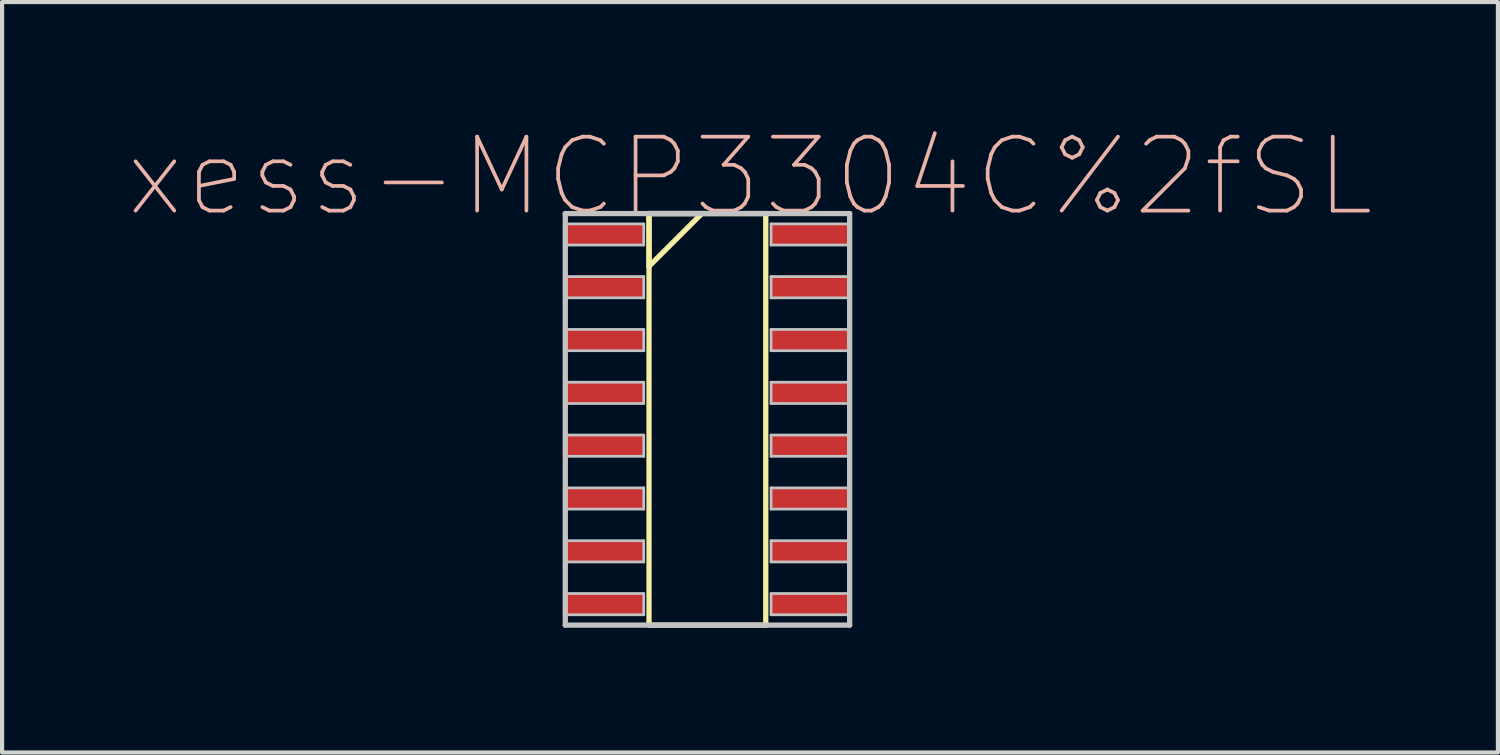
<source format=kicad_pcb>
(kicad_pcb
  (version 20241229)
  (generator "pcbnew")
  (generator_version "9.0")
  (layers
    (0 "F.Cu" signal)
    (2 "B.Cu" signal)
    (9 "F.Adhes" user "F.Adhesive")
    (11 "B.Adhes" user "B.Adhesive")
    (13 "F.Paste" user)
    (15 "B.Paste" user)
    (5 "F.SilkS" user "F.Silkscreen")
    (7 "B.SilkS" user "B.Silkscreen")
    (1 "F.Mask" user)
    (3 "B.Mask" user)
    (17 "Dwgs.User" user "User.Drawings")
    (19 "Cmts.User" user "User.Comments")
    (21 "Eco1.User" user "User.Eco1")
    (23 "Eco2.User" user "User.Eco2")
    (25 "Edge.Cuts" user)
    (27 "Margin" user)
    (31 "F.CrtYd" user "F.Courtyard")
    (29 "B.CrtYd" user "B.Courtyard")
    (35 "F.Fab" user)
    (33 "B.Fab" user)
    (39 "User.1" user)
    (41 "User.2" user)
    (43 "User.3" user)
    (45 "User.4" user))
  (footprint "xess-MCP3304C%2fSL"
    (layer "F.Cu")
    (at 11.596 2.588)
    (property "Reference" "xess-MCP3304C%2fSL" (at 3.388 -1.392 0) (layer "B.SilkS") (effects (font (size 1.778 1.778) (thickness 0.089))))
    (attr smd)
    (fp_line (start 0.96 -0.503) (end 0.96 0.765) (stroke (width 0.127) (type solid)) (layer "F.SilkS"))
    (fp_line (start 0.96 -0.503) (end 0.96 9.393) (stroke (width 0.127) (type solid)) (layer "F.SilkS"))
    (fp_line (start 0.96 0.765) (end 2.23 -0.503) (stroke (width 0.127) (type solid)) (layer "F.SilkS"))
    (fp_line (start 0.96 9.393) (end 3.767 9.393) (stroke (width 0.127) (type solid)) (layer "F.SilkS"))
    (fp_line (start 2.23 -0.503) (end 0.96 -0.503) (stroke (width 0.127) (type solid)) (layer "F.SilkS"))
    (fp_line (start 3.767 -0.503) (end 0.96 -0.503) (stroke (width 0.127) (type solid)) (layer "F.SilkS"))
    (fp_line (start 3.767 9.393) (end 3.767 -0.503) (stroke (width 0.127) (type solid)) (layer "F.SilkS"))
    (fp_line (start -1.054 -0.503) (end -1.054 9.393) (stroke (width 0.127) (type solid)) (layer "Dwgs.User"))
    (fp_line (start -1.054 -0.254) (end 0.833 -0.254) (stroke (width 0.066) (type solid)) (layer "Dwgs.User"))
    (fp_line (start -1.054 0.254) (end -1.054 -0.254) (stroke (width 0.066) (type solid)) (layer "Dwgs.User"))
    (fp_line (start -1.054 0.254) (end 0.833 0.254) (stroke (width 0.066) (type solid)) (layer "Dwgs.User"))
    (fp_line (start -1.054 1.013) (end 0.833 1.013) (stroke (width 0.066) (type solid)) (layer "Dwgs.User"))
    (fp_line (start -1.054 1.524) (end -1.054 1.013) (stroke (width 0.066) (type solid)) (layer "Dwgs.User"))
    (fp_line (start -1.054 1.524) (end 0.833 1.524) (stroke (width 0.066) (type solid)) (layer "Dwgs.User"))
    (fp_line (start -1.054 2.283) (end 0.833 2.283) (stroke (width 0.066) (type solid)) (layer "Dwgs.User"))
    (fp_line (start -1.054 2.794) (end -1.054 2.283) (stroke (width 0.066) (type solid)) (layer "Dwgs.User"))
    (fp_line (start -1.054 2.794) (end 0.833 2.794) (stroke (width 0.066) (type solid)) (layer "Dwgs.User"))
    (fp_line (start -1.054 3.553) (end 0.833 3.553) (stroke (width 0.066) (type solid)) (layer "Dwgs.User"))
    (fp_line (start -1.054 4.064) (end -1.054 3.553) (stroke (width 0.066) (type solid)) (layer "Dwgs.User"))
    (fp_line (start -1.054 4.064) (end 0.833 4.064) (stroke (width 0.066) (type solid)) (layer "Dwgs.User"))
    (fp_line (start -1.054 4.823) (end 0.833 4.823) (stroke (width 0.066) (type solid)) (layer "Dwgs.User"))
    (fp_line (start -1.054 5.334) (end -1.054 4.823) (stroke (width 0.066) (type solid)) (layer "Dwgs.User"))
    (fp_line (start -1.054 5.334) (end 0.833 5.334) (stroke (width 0.066) (type solid)) (layer "Dwgs.User"))
    (fp_line (start -1.054 6.093) (end 0.833 6.093) (stroke (width 0.066) (type solid)) (layer "Dwgs.User"))
    (fp_line (start -1.054 6.604) (end -1.054 6.093) (stroke (width 0.066) (type solid)) (layer "Dwgs.User"))
    (fp_line (start -1.054 6.604) (end 0.833 6.604) (stroke (width 0.066) (type solid)) (layer "Dwgs.User"))
    (fp_line (start -1.054 7.363) (end 0.833 7.363) (stroke (width 0.066) (type solid)) (layer "Dwgs.User"))
    (fp_line (start -1.054 7.874) (end -1.054 7.363) (stroke (width 0.066) (type solid)) (layer "Dwgs.User"))
    (fp_line (start -1.054 7.874) (end 0.833 7.874) (stroke (width 0.066) (type solid)) (layer "Dwgs.User"))
    (fp_line (start -1.054 8.633) (end 0.833 8.633) (stroke (width 0.066) (type solid)) (layer "Dwgs.User"))
    (fp_line (start -1.054 9.144) (end -1.054 8.633) (stroke (width 0.066) (type solid)) (layer "Dwgs.User"))
    (fp_line (start -1.054 9.144) (end 0.833 9.144) (stroke (width 0.066) (type solid)) (layer "Dwgs.User"))
    (fp_line (start -1.054 9.393) (end 5.784 9.393) (stroke (width 0.127) (type solid)) (layer "Dwgs.User"))
    (fp_line (start 0.833 0.254) (end 0.833 -0.254) (stroke (width 0.066) (type solid)) (layer "Dwgs.User"))
    (fp_line (start 0.833 1.524) (end 0.833 1.013) (stroke (width 0.066) (type solid)) (layer "Dwgs.User"))
    (fp_line (start 0.833 2.794) (end 0.833 2.283) (stroke (width 0.066) (type solid)) (layer "Dwgs.User"))
    (fp_line (start 0.833 4.064) (end 0.833 3.553) (stroke (width 0.066) (type solid)) (layer "Dwgs.User"))
    (fp_line (start 0.833 5.334) (end 0.833 4.823) (stroke (width 0.066) (type solid)) (layer "Dwgs.User"))
    (fp_line (start 0.833 6.604) (end 0.833 6.093) (stroke (width 0.066) (type solid)) (layer "Dwgs.User"))
    (fp_line (start 0.833 7.874) (end 0.833 7.363) (stroke (width 0.066) (type solid)) (layer "Dwgs.User"))
    (fp_line (start 0.833 9.144) (end 0.833 8.633) (stroke (width 0.066) (type solid)) (layer "Dwgs.User"))
    (fp_line (start 3.894 -0.254) (end 5.784 -0.254) (stroke (width 0.066) (type solid)) (layer "Dwgs.User"))
    (fp_line (start 3.894 0.254) (end 3.894 -0.254) (stroke (width 0.066) (type solid)) (layer "Dwgs.User"))
    (fp_line (start 3.894 0.254) (end 5.784 0.254) (stroke (width 0.066) (type solid)) (layer "Dwgs.User"))
    (fp_line (start 3.894 1.013) (end 5.784 1.013) (stroke (width 0.066) (type solid)) (layer "Dwgs.User"))
    (fp_line (start 3.894 1.524) (end 3.894 1.013) (stroke (width 0.066) (type solid)) (layer "Dwgs.User"))
    (fp_line (start 3.894 1.524) (end 5.784 1.524) (stroke (width 0.066) (type solid)) (layer "Dwgs.User"))
    (fp_line (start 3.894 2.283) (end 5.784 2.283) (stroke (width 0.066) (type solid)) (layer "Dwgs.User"))
    (fp_line (start 3.894 2.794) (end 3.894 2.283) (stroke (width 0.066) (type solid)) (layer "Dwgs.User"))
    (fp_line (start 3.894 2.794) (end 5.784 2.794) (stroke (width 0.066) (type solid)) (layer "Dwgs.User"))
    (fp_line (start 3.894 3.553) (end 5.784 3.553) (stroke (width 0.066) (type solid)) (layer "Dwgs.User"))
    (fp_line (start 3.894 4.064) (end 3.894 3.553) (stroke (width 0.066) (type solid)) (layer "Dwgs.User"))
    (fp_line (start 3.894 4.064) (end 5.784 4.064) (stroke (width 0.066) (type solid)) (layer "Dwgs.User"))
    (fp_line (start 3.894 4.823) (end 5.784 4.823) (stroke (width 0.066) (type solid)) (layer "Dwgs.User"))
    (fp_line (start 3.894 5.334) (end 3.894 4.823) (stroke (width 0.066) (type solid)) (layer "Dwgs.User"))
    (fp_line (start 3.894 5.334) (end 5.784 5.334) (stroke (width 0.066) (type solid)) (layer "Dwgs.User"))
    (fp_line (start 3.894 6.093) (end 5.784 6.093) (stroke (width 0.066) (type solid)) (layer "Dwgs.User"))
    (fp_line (start 3.894 6.604) (end 3.894 6.093) (stroke (width 0.066) (type solid)) (layer "Dwgs.User"))
    (fp_line (start 3.894 6.604) (end 5.784 6.604) (stroke (width 0.066) (type solid)) (layer "Dwgs.User"))
    (fp_line (start 3.894 7.363) (end 5.784 7.363) (stroke (width 0.066) (type solid)) (layer "Dwgs.User"))
    (fp_line (start 3.894 7.874) (end 3.894 7.363) (stroke (width 0.066) (type solid)) (layer "Dwgs.User"))
    (fp_line (start 3.894 7.874) (end 5.784 7.874) (stroke (width 0.066) (type solid)) (layer "Dwgs.User"))
    (fp_line (start 3.894 8.633) (end 5.784 8.633) (stroke (width 0.066) (type solid)) (layer "Dwgs.User"))
    (fp_line (start 3.894 9.144) (end 3.894 8.633) (stroke (width 0.066) (type solid)) (layer "Dwgs.User"))
    (fp_line (start 3.894 9.144) (end 5.784 9.144) (stroke (width 0.066) (type solid)) (layer "Dwgs.User"))
    (fp_line (start 5.784 -0.503) (end -1.054 -0.503) (stroke (width 0.127) (type solid)) (layer "Dwgs.User"))
    (fp_line (start 5.784 0.254) (end 5.784 -0.254) (stroke (width 0.066) (type solid)) (layer "Dwgs.User"))
    (fp_line (start 5.784 1.524) (end 5.784 1.013) (stroke (width 0.066) (type solid)) (layer "Dwgs.User"))
    (fp_line (start 5.784 2.794) (end 5.784 2.283) (stroke (width 0.066) (type solid)) (layer "Dwgs.User"))
    (fp_line (start 5.784 4.064) (end 5.784 3.553) (stroke (width 0.066) (type solid)) (layer "Dwgs.User"))
    (fp_line (start 5.784 5.334) (end 5.784 4.823) (stroke (width 0.066) (type solid)) (layer "Dwgs.User"))
    (fp_line (start 5.784 6.604) (end 5.784 6.093) (stroke (width 0.066) (type solid)) (layer "Dwgs.User"))
    (fp_line (start 5.784 7.874) (end 5.784 7.363) (stroke (width 0.066) (type solid)) (layer "Dwgs.User"))
    (fp_line (start 5.784 9.144) (end 5.784 8.633) (stroke (width 0.066) (type solid)) (layer "Dwgs.User"))
    (fp_line (start 5.784 9.393) (end 5.784 -0.503) (stroke (width 0.127) (type solid)) (layer "Dwgs.User"))
    (pad "1" smd rect (at -0.109 0) (size 1.89 0.508) (layers "F.Cu" "F.Mask" "F.Paste"))
    (pad "2" smd rect (at -0.109 1.27) (size 1.89 0.508) (layers "F.Cu" "F.Mask" "F.Paste"))
    (pad "3" smd rect (at -0.109 2.54) (size 1.89 0.508) (layers "F.Cu" "F.Mask" "F.Paste"))
    (pad "4" smd rect (at -0.109 3.81) (size 1.89 0.508) (layers "F.Cu" "F.Mask" "F.Paste"))
    (pad "5" smd rect (at -0.109 5.08) (size 1.89 0.508) (layers "F.Cu" "F.Mask" "F.Paste"))
    (pad "6" smd rect (at -0.109 6.35) (size 1.89 0.508) (layers "F.Cu" "F.Mask" "F.Paste"))
    (pad "7" smd rect (at -0.109 7.62) (size 1.89 0.508) (layers "F.Cu" "F.Mask" "F.Paste"))
    (pad "8" smd rect (at -0.109 8.89) (size 1.89 0.508) (layers "F.Cu" "F.Mask" "F.Paste"))
    (pad "9" smd rect (at 4.839 8.89) (size 1.89 0.508) (layers "F.Cu" "F.Mask" "F.Paste"))
    (pad "10" smd rect (at 4.839 7.62) (size 1.89 0.508) (layers "F.Cu" "F.Mask" "F.Paste"))
    (pad "11" smd rect (at 4.839 6.35) (size 1.89 0.508) (layers "F.Cu" "F.Mask" "F.Paste"))
    (pad "12" smd rect (at 4.839 5.08) (size 1.89 0.508) (layers "F.Cu" "F.Mask" "F.Paste"))
    (pad "13" smd rect (at 4.839 3.81) (size 1.89 0.508) (layers "F.Cu" "F.Mask" "F.Paste"))
    (pad "14" smd rect (at 4.839 2.54) (size 1.89 0.508) (layers "F.Cu" "F.Mask" "F.Paste"))
    (pad "15" smd rect (at 4.839 1.27) (size 1.89 0.508) (layers "F.Cu" "F.Mask" "F.Paste"))
    (pad "16" smd rect (at 4.839 0) (size 1.89 0.508) (layers "F.Cu" "F.Mask" "F.Paste")))
  (gr_rect
    (start -3 -3)
    (end 32.968 15.044)
    (stroke (width 0.1) (type default))
    (fill no)
    (layer "Edge.Cuts")))
</source>
